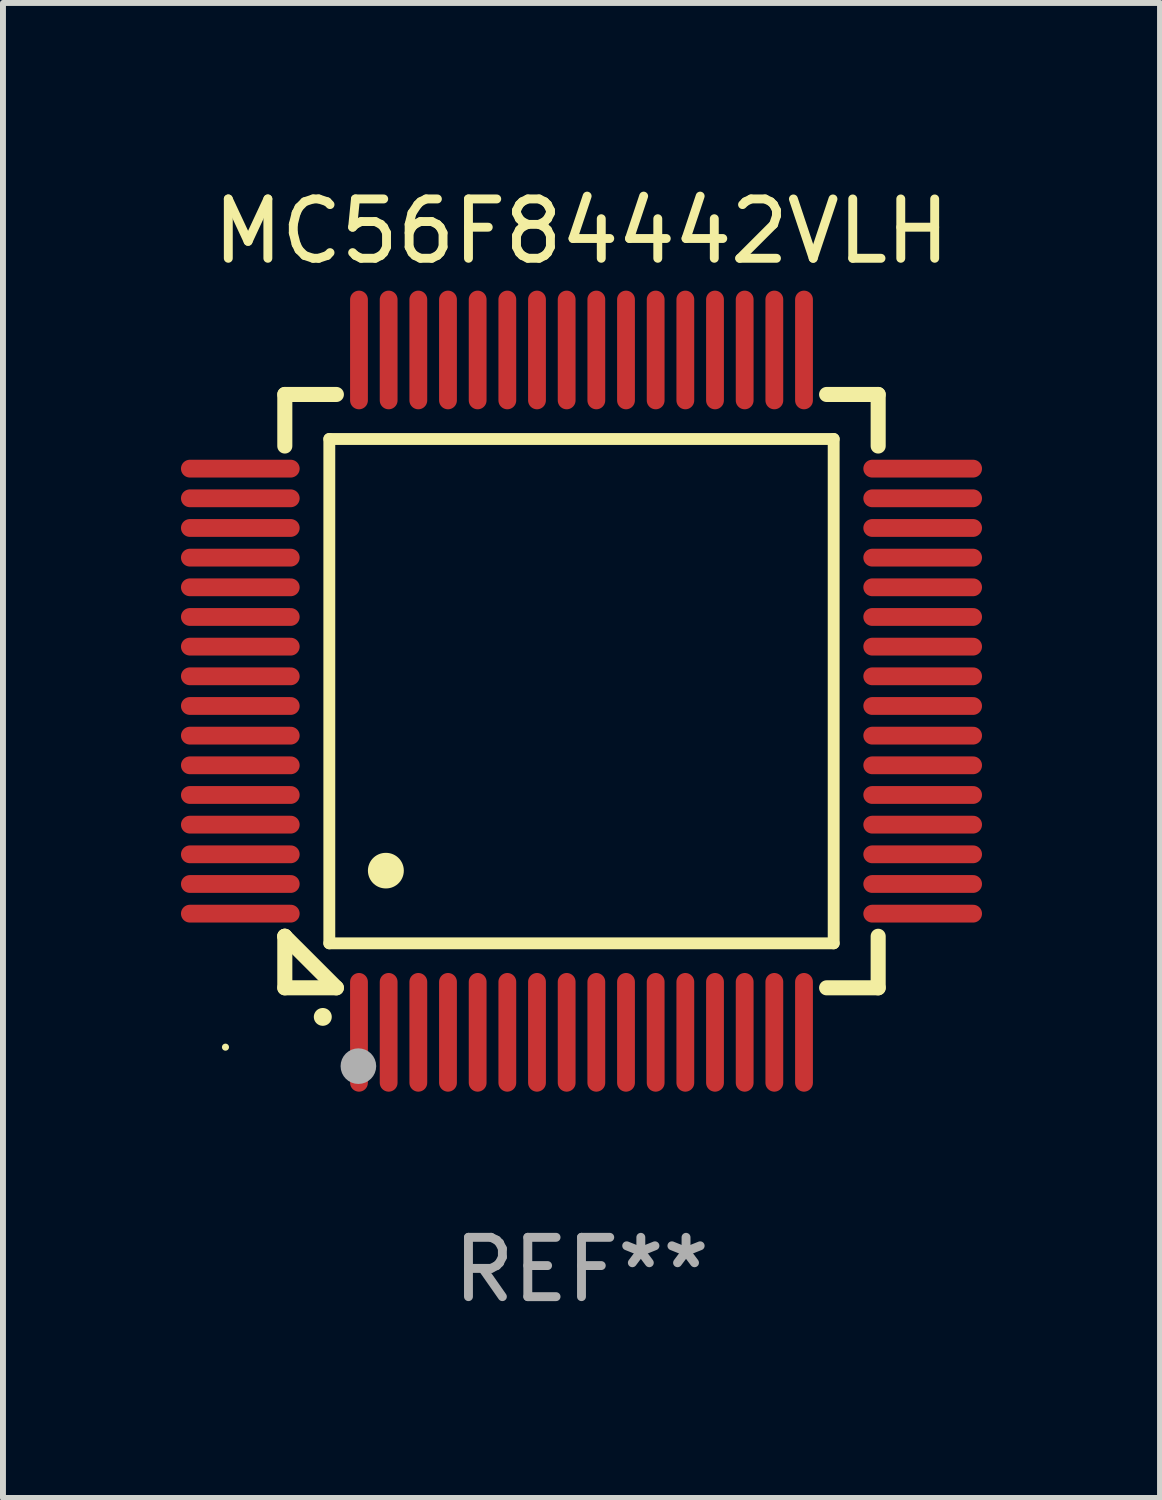
<source format=kicad_pcb>
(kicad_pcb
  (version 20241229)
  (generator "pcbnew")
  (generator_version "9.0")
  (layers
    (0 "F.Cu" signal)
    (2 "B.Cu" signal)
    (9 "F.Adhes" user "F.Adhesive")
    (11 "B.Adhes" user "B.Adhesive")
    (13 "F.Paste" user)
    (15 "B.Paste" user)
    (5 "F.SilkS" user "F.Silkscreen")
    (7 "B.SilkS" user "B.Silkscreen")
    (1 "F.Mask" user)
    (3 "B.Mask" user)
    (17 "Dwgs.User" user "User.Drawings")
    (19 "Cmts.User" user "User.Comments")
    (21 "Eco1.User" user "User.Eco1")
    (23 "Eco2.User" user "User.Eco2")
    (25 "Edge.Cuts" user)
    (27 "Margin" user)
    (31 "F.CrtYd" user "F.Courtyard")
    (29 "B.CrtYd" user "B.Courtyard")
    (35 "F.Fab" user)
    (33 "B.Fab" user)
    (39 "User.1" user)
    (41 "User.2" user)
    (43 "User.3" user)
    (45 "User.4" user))
  (footprint "MC56F84442VLH"
    (layer "F.Cu")
    (at 6.75 8.598)
    (property "Reference" "MC56F84442VLH" (at 0 -7.75 0) (layer "F.SilkS") (effects (font (size 1 1) (thickness 0.15))))
    (attr through_hole)
    (fp_line (start -5 -5) (end -4.131 -5) (stroke (width 0.254) (type solid)) (layer "F.SilkS"))
    (fp_line (start -5 -4.131) (end -5 -5) (stroke (width 0.254) (type solid)) (layer "F.SilkS"))
    (fp_line (start -5 4.131) (end -5 4.131) (stroke (width 0.254) (type solid)) (layer "F.SilkS"))
    (fp_line (start -5 5) (end -5 4.131) (stroke (width 0.254) (type solid)) (layer "F.SilkS"))
    (fp_line (start -5 4.131) (end -4.131 5) (stroke (width 0.254) (type solid)) (layer "F.SilkS"))
    (fp_line (start -4.25 -4.25) (end -4.25 4.25) (stroke (width 0.2) (type solid)) (layer "F.SilkS"))
    (fp_line (start -4.25 4.25) (end 4.25 4.25) (stroke (width 0.2) (type solid)) (layer "F.SilkS"))
    (fp_line (start -4.131 5) (end -5 5) (stroke (width 0.254) (type solid)) (layer "F.SilkS"))
    (fp_line (start 4.25 -4.25) (end -4.25 -4.25) (stroke (width 0.2) (type solid)) (layer "F.SilkS"))
    (fp_line (start 4.25 4.25) (end 4.25 -4.25) (stroke (width 0.2) (type solid)) (layer "F.SilkS"))
    (fp_line (start 5 -5) (end 4.131 -5) (stroke (width 0.254) (type solid)) (layer "F.SilkS"))
    (fp_line (start 5 -5) (end 5 -4.131) (stroke (width 0.254) (type solid)) (layer "F.SilkS"))
    (fp_line (start 5 4.131) (end 5 5) (stroke (width 0.254) (type solid)) (layer "F.SilkS"))
    (fp_line (start 5 5) (end 4.131 5) (stroke (width 0.254) (type solid)) (layer "F.SilkS"))
    (fp_arc (start -4.361265 5.489992) (mid -4.359995 5.489987) (end -4.358725 5.489992) (stroke (width 0.3) (type solid)) (layer "F.SilkS"))
    (fp_arc (start -3.299467 3.025146) (mid -3.296927 3.025135) (end -3.294387 3.025146) (stroke (width 0.6) (type solid)) (layer "F.SilkS"))
    (fp_circle (center -6 6) (end -5.97 6) (stroke (width 0.06) (type solid)) (fill no) (layer "F.SilkS"))
    (fp_circle (center -3.76 6.32) (end -3.61 6.32) (stroke (width 0.3) (type solid)) (fill no) (layer "F.Fab"))
    (fp_text user "REF**" (at 0 9.75 0) (layer "F.Fab") (effects (font (size 1 1) (thickness 0.15))))
    (pad "1" smd oval (at -3.75 5.75) (size 0.3 2) (layers "F.Cu" "F.Mask" "F.Paste"))
    (pad "2" smd oval (at -3.25 5.75) (size 0.3 2) (layers "F.Cu" "F.Mask" "F.Paste"))
    (pad "3" smd oval (at -2.75 5.75) (size 0.3 2) (layers "F.Cu" "F.Mask" "F.Paste"))
    (pad "4" smd oval (at -2.25 5.75) (size 0.3 2) (layers "F.Cu" "F.Mask" "F.Paste"))
    (pad "5" smd oval (at -1.75 5.75) (size 0.3 2) (layers "F.Cu" "F.Mask" "F.Paste"))
    (pad "6" smd oval (at -1.25 5.75) (size 0.3 2) (layers "F.Cu" "F.Mask" "F.Paste"))
    (pad "7" smd oval (at -0.75 5.75) (size 0.3 2) (layers "F.Cu" "F.Mask" "F.Paste"))
    (pad "8" smd oval (at -0.25 5.75) (size 0.3 2) (layers "F.Cu" "F.Mask" "F.Paste"))
    (pad "9" smd oval (at 0.25 5.75) (size 0.3 2) (layers "F.Cu" "F.Mask" "F.Paste"))
    (pad "10" smd oval (at 0.75 5.75) (size 0.3 2) (layers "F.Cu" "F.Mask" "F.Paste"))
    (pad "11" smd oval (at 1.25 5.75) (size 0.3 2) (layers "F.Cu" "F.Mask" "F.Paste"))
    (pad "12" smd oval (at 1.75 5.75) (size 0.3 2) (layers "F.Cu" "F.Mask" "F.Paste"))
    (pad "13" smd oval (at 2.25 5.75) (size 0.3 2) (layers "F.Cu" "F.Mask" "F.Paste"))
    (pad "14" smd oval (at 2.75 5.75) (size 0.3 2) (layers "F.Cu" "F.Mask" "F.Paste"))
    (pad "15" smd oval (at 3.25 5.75) (size 0.3 2) (layers "F.Cu" "F.Mask" "F.Paste"))
    (pad "16" smd oval (at 3.75 5.75) (size 0.3 2) (layers "F.Cu" "F.Mask" "F.Paste"))
    (pad "17" smd oval (at 5.75 3.75) (size 2 0.3) (layers "F.Cu" "F.Mask" "F.Paste"))
    (pad "18" smd oval (at 5.75 3.25) (size 2 0.3) (layers "F.Cu" "F.Mask" "F.Paste"))
    (pad "19" smd oval (at 5.75 2.75) (size 2 0.3) (layers "F.Cu" "F.Mask" "F.Paste"))
    (pad "20" smd oval (at 5.75 2.25) (size 2 0.3) (layers "F.Cu" "F.Mask" "F.Paste"))
    (pad "21" smd oval (at 5.75 1.75) (size 2 0.3) (layers "F.Cu" "F.Mask" "F.Paste"))
    (pad "22" smd oval (at 5.75 1.25) (size 2 0.3) (layers "F.Cu" "F.Mask" "F.Paste"))
    (pad "23" smd oval (at 5.75 0.75) (size 2 0.3) (layers "F.Cu" "F.Mask" "F.Paste"))
    (pad "24" smd oval (at 5.75 0.25) (size 2 0.3) (layers "F.Cu" "F.Mask" "F.Paste"))
    (pad "25" smd oval (at 5.75 -0.25) (size 2 0.3) (layers "F.Cu" "F.Mask" "F.Paste"))
    (pad "26" smd oval (at 5.75 -0.75) (size 2 0.3) (layers "F.Cu" "F.Mask" "F.Paste"))
    (pad "27" smd oval (at 5.75 -1.25) (size 2 0.3) (layers "F.Cu" "F.Mask" "F.Paste"))
    (pad "28" smd oval (at 5.75 -1.75) (size 2 0.3) (layers "F.Cu" "F.Mask" "F.Paste"))
    (pad "29" smd oval (at 5.75 -2.25) (size 2 0.3) (layers "F.Cu" "F.Mask" "F.Paste"))
    (pad "30" smd oval (at 5.75 -2.75) (size 2 0.3) (layers "F.Cu" "F.Mask" "F.Paste"))
    (pad "31" smd oval (at 5.75 -3.25) (size 2 0.3) (layers "F.Cu" "F.Mask" "F.Paste"))
    (pad "32" smd oval (at 5.75 -3.75) (size 2 0.3) (layers "F.Cu" "F.Mask" "F.Paste"))
    (pad "33" smd oval (at 3.75 -5.75) (size 0.3 2) (layers "F.Cu" "F.Mask" "F.Paste"))
    (pad "34" smd oval (at 3.25 -5.75) (size 0.3 2) (layers "F.Cu" "F.Mask" "F.Paste"))
    (pad "35" smd oval (at 2.75 -5.75) (size 0.3 2) (layers "F.Cu" "F.Mask" "F.Paste"))
    (pad "36" smd oval (at 2.25 -5.75) (size 0.3 2) (layers "F.Cu" "F.Mask" "F.Paste"))
    (pad "37" smd oval (at 1.75 -5.75) (size 0.3 2) (layers "F.Cu" "F.Mask" "F.Paste"))
    (pad "38" smd oval (at 1.25 -5.75) (size 0.3 2) (layers "F.Cu" "F.Mask" "F.Paste"))
    (pad "39" smd oval (at 0.75 -5.75) (size 0.3 2) (layers "F.Cu" "F.Mask" "F.Paste"))
    (pad "40" smd oval (at 0.25 -5.75) (size 0.3 2) (layers "F.Cu" "F.Mask" "F.Paste"))
    (pad "41" smd oval (at -0.25 -5.75) (size 0.3 2) (layers "F.Cu" "F.Mask" "F.Paste"))
    (pad "42" smd oval (at -0.75 -5.75) (size 0.3 2) (layers "F.Cu" "F.Mask" "F.Paste"))
    (pad "43" smd oval (at -1.25 -5.75) (size 0.3 2) (layers "F.Cu" "F.Mask" "F.Paste"))
    (pad "44" smd oval (at -1.75 -5.75) (size 0.3 2) (layers "F.Cu" "F.Mask" "F.Paste"))
    (pad "45" smd oval (at -2.25 -5.75) (size 0.3 2) (layers "F.Cu" "F.Mask" "F.Paste"))
    (pad "46" smd oval (at -2.75 -5.75) (size 0.3 2) (layers "F.Cu" "F.Mask" "F.Paste"))
    (pad "47" smd oval (at -3.25 -5.75) (size 0.3 2) (layers "F.Cu" "F.Mask" "F.Paste"))
    (pad "48" smd oval (at -3.75 -5.75) (size 0.3 2) (layers "F.Cu" "F.Mask" "F.Paste"))
    (pad "49" smd oval (at -5.75 -3.75) (size 2 0.3) (layers "F.Cu" "F.Mask" "F.Paste"))
    (pad "50" smd oval (at -5.75 -3.25) (size 2 0.3) (layers "F.Cu" "F.Mask" "F.Paste"))
    (pad "51" smd oval (at -5.75 -2.75) (size 2 0.3) (layers "F.Cu" "F.Mask" "F.Paste"))
    (pad "52" smd oval (at -5.75 -2.25) (size 2 0.3) (layers "F.Cu" "F.Mask" "F.Paste"))
    (pad "53" smd oval (at -5.75 -1.75) (size 2 0.3) (layers "F.Cu" "F.Mask" "F.Paste"))
    (pad "54" smd oval (at -5.75 -1.25) (size 2 0.3) (layers "F.Cu" "F.Mask" "F.Paste"))
    (pad "55" smd oval (at -5.75 -0.75) (size 2 0.3) (layers "F.Cu" "F.Mask" "F.Paste"))
    (pad "56" smd oval (at -5.75 -0.25) (size 2 0.3) (layers "F.Cu" "F.Mask" "F.Paste"))
    (pad "57" smd oval (at -5.75 0.25) (size 2 0.3) (layers "F.Cu" "F.Mask" "F.Paste"))
    (pad "58" smd oval (at -5.75 0.75) (size 2 0.3) (layers "F.Cu" "F.Mask" "F.Paste"))
    (pad "59" smd oval (at -5.75 1.25) (size 2 0.3) (layers "F.Cu" "F.Mask" "F.Paste"))
    (pad "60" smd oval (at -5.75 1.75) (size 2 0.3) (layers "F.Cu" "F.Mask" "F.Paste"))
    (pad "61" smd oval (at -5.75 2.25) (size 2 0.3) (layers "F.Cu" "F.Mask" "F.Paste"))
    (pad "62" smd oval (at -5.75 2.75) (size 2 0.3) (layers "F.Cu" "F.Mask" "F.Paste"))
    (pad "63" smd oval (at -5.75 3.25) (size 2 0.3) (layers "F.Cu" "F.Mask" "F.Paste"))
    (pad "64" smd oval (at -5.75 3.75) (size 2 0.3) (layers "F.Cu" "F.Mask" "F.Paste")))
  (gr_rect
    (start -3 -3)
    (end 16.5 22.196)
    (stroke (width 0.1) (type default))
    (fill no)
    (layer "Edge.Cuts")))
</source>
